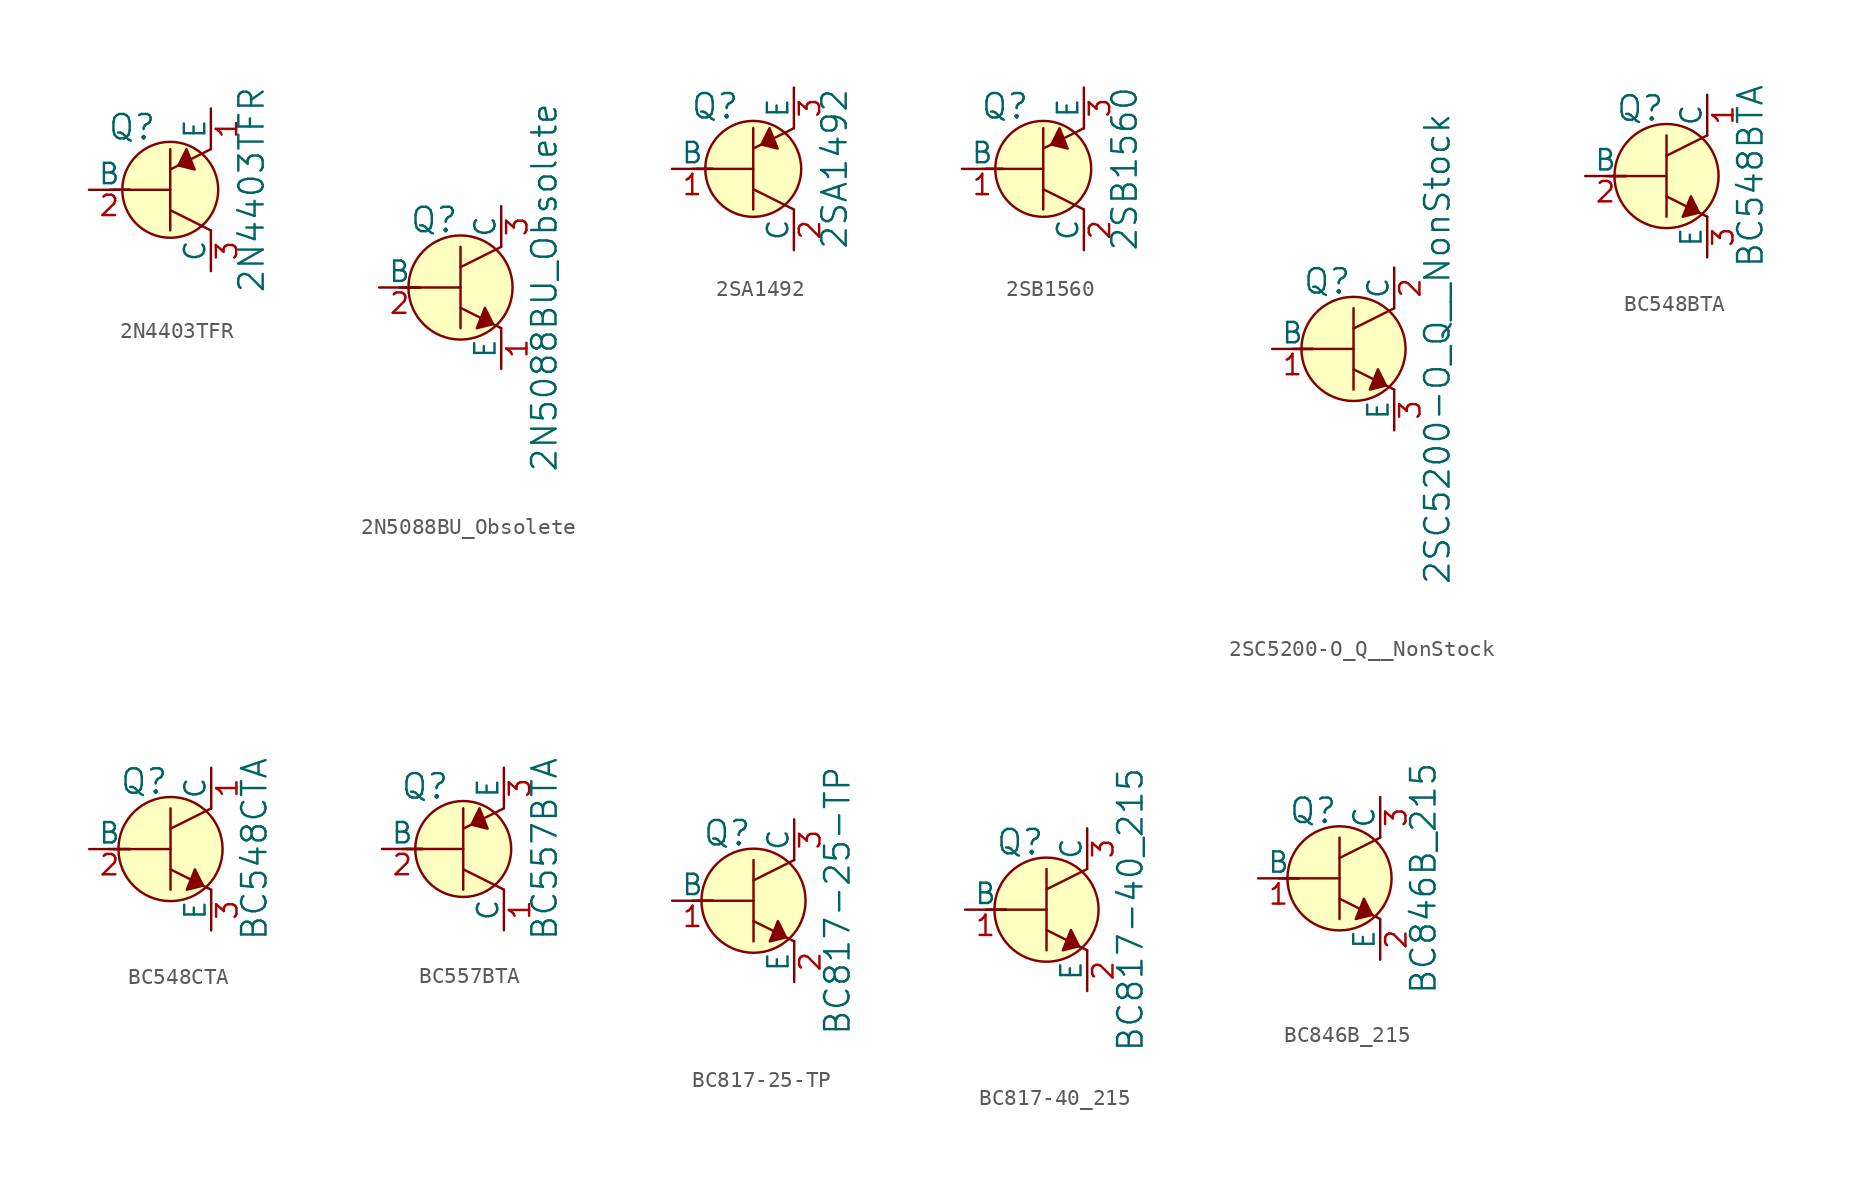
<source format=kicad_sym>
(kicad_symbol_lib
  (version 20220914)
  (generator kicad_symbol_editor)
  (symbol "2N4403TFR"
    (pin_names
      (offset 0))
    (property "Reference" "Q"
      (at -2.388 3.912 0)
      (effects (font (size 1.524 1.524))))
    (property "Value" "2N4403TFR"
      (at 5.08 0 90)
      (effects (font (size 1.524 1.524))))
    (symbol "2N4403TFR_0_1"
      (polyline (pts (xy -3.81 0) (xy -2.54 0)) (stroke (width 0) (type default)) (fill (type none)))
      (polyline (pts (xy -3.556 0) (xy 0 0)) (stroke (width 0) (type default)) (fill (type none)))
      (polyline (pts (xy 0 -1.27) (xy 2.54 -2.54)) (stroke (width 0) (type default)) (fill (type none)))
      (polyline (pts (xy 0 1.27) (xy 2.54 2.54)) (stroke (width 0) (type default)) (fill (type none)))
      (polyline (pts (xy 0 2.54) (xy 0 -2.54)) (stroke (width 0) (type default)) (fill (type none)))
      (polyline (pts (xy 1.016 2.54) (xy 0.508 1.524) (xy 1.524 1.27) (xy 1.016 2.54)) (stroke (width 0) (type default)) (fill (type outline)))
      (circle (center 0 0) (radius 2.997) (stroke (width 0) (type default)) (fill (type background))))
    (symbol "2N4403TFR_1_1"
      (pin passive line (at 2.54 5.08 270) (length 2.54) (name "E" (effects (font (size 1.27 1.27)))) (number "1" (effects (font (size 1.27 1.27)))))
      (pin input line (at -5.08 0 0) (length 2.54) (name "B" (effects (font (size 1.27 1.27)))) (number "2" (effects (font (size 1.27 1.27)))))
      (pin passive line (at 2.54 -5.08 90) (length 2.54) (name "C" (effects (font (size 1.27 1.27)))) (number "3" (effects (font (size 1.27 1.27)))))))
  (symbol "2N5088BU_Obsolete"
    (pin_names
      (offset 0))
    (property "Reference" "Q"
      (at -3.2 4.216 0)
      (effects (font (size 1.524 1.524)) (justify left)))
    (property "Value" "2N5088BU_Obsolete"
      (at 5.232 0 90)
      (effects (font (size 1.524 1.524))))
    (symbol "2N5088BU_Obsolete_0_1"
      (polyline (pts (xy -3.81 0) (xy -2.54 0)) (stroke (width 0) (type default)) (fill (type none)))
      (polyline (pts (xy -3.556 0) (xy 0 0)) (stroke (width 0) (type default)) (fill (type none)))
      (polyline (pts (xy 0 -1.27) (xy 2.54 -2.54)) (stroke (width 0) (type default)) (fill (type none)))
      (polyline (pts (xy 0 1.27) (xy 2.54 2.54)) (stroke (width 0) (type default)) (fill (type none)))
      (polyline (pts (xy 0 2.54) (xy 0 -2.54)) (stroke (width 0) (type default)) (fill (type none)))
      (polyline (pts (xy 1.524 -1.27) (xy 2.032 -2.286) (xy 1.016 -2.54) (xy 1.524 -1.27)) (stroke (width 0) (type default)) (fill (type outline)))
      (circle (center 0 0) (radius 3.251) (stroke (width 0) (type default)) (fill (type background))))
    (symbol "2N5088BU_Obsolete_1_1"
      (pin passive line (at 2.54 -5.08 90) (length 2.54) (name "E" (effects (font (size 1.27 1.27)))) (number "1" (effects (font (size 1.27 1.27)))))
      (pin input line (at -5.08 0 0) (length 2.54) (name "B" (effects (font (size 1.27 1.27)))) (number "2" (effects (font (size 1.27 1.27)))))
      (pin passive line (at 2.54 5.08 270) (length 2.54) (name "C" (effects (font (size 1.27 1.27)))) (number "3" (effects (font (size 1.27 1.27)))))))
  (symbol "2SA1492"
    (pin_names
      (offset 0))
    (property "Reference" "Q"
      (at -2.388 3.912 0)
      (effects (font (size 1.524 1.524))))
    (property "Value" "2SA1492"
      (at 5.08 0 90)
      (effects (font (size 1.524 1.524))))
    (symbol "2SA1492_0_1"
      (polyline (pts (xy -3.81 0) (xy -2.54 0)) (stroke (width 0) (type default)) (fill (type none)))
      (polyline (pts (xy -3.556 0) (xy 0 0)) (stroke (width 0) (type default)) (fill (type none)))
      (polyline (pts (xy 0 -1.27) (xy 2.54 -2.54)) (stroke (width 0) (type default)) (fill (type none)))
      (polyline (pts (xy 0 1.27) (xy 2.54 2.54)) (stroke (width 0) (type default)) (fill (type none)))
      (polyline (pts (xy 0 2.54) (xy 0 -2.54)) (stroke (width 0) (type default)) (fill (type none)))
      (polyline (pts (xy 1.016 2.54) (xy 0.508 1.524) (xy 1.524 1.27) (xy 1.016 2.54)) (stroke (width 0) (type default)) (fill (type outline)))
      (circle (center 0 0) (radius 2.997) (stroke (width 0) (type default)) (fill (type background))))
    (symbol "2SA1492_1_1"
      (pin input line (at -5.08 0 0) (length 2.54) (name "B" (effects (font (size 1.27 1.27)))) (number "1" (effects (font (size 1.27 1.27)))))
      (pin passive line (at 2.54 -5.08 90) (length 2.54) (name "C" (effects (font (size 1.27 1.27)))) (number "2" (effects (font (size 1.27 1.27)))))
      (pin passive line (at 2.54 5.08 270) (length 2.54) (name "E" (effects (font (size 1.27 1.27)))) (number "3" (effects (font (size 1.27 1.27)))))))
  (symbol "2SB1560"
    (pin_names
      (offset 0))
    (property "Reference" "Q"
      (at -2.388 3.912 0)
      (effects (font (size 1.524 1.524))))
    (property "Value" "2SB1560"
      (at 5.08 0 90)
      (effects (font (size 1.524 1.524))))
    (symbol "2SB1560_0_1"
      (polyline (pts (xy -3.81 0) (xy -2.54 0)) (stroke (width 0) (type default)) (fill (type none)))
      (polyline (pts (xy -3.556 0) (xy 0 0)) (stroke (width 0) (type default)) (fill (type none)))
      (polyline (pts (xy 0 -1.27) (xy 2.54 -2.54)) (stroke (width 0) (type default)) (fill (type none)))
      (polyline (pts (xy 0 1.27) (xy 2.54 2.54)) (stroke (width 0) (type default)) (fill (type none)))
      (polyline (pts (xy 0 2.54) (xy 0 -2.54)) (stroke (width 0) (type default)) (fill (type none)))
      (polyline (pts (xy 1.016 2.54) (xy 0.508 1.524) (xy 1.524 1.27) (xy 1.016 2.54)) (stroke (width 0) (type default)) (fill (type outline)))
      (circle (center 0 0) (radius 2.997) (stroke (width 0) (type default)) (fill (type background))))
    (symbol "2SB1560_1_1"
      (pin input line (at -5.08 0 0) (length 2.54) (name "B" (effects (font (size 1.27 1.27)))) (number "1" (effects (font (size 1.27 1.27)))))
      (pin passive line (at 2.54 -5.08 90) (length 2.54) (name "C" (effects (font (size 1.27 1.27)))) (number "2" (effects (font (size 1.27 1.27)))))
      (pin passive line (at 2.54 5.08 270) (length 2.54) (name "E" (effects (font (size 1.27 1.27)))) (number "3" (effects (font (size 1.27 1.27)))))))
  (symbol "2SC5200-O_Q__NonStock"
    (pin_names
      (offset 0))
    (property "Reference" "Q"
      (at -3.2 4.216 0)
      (effects (font (size 1.524 1.524)) (justify left)))
    (property "Value" "2SC5200-O_Q__NonStock"
      (at 5.232 0 90)
      (effects (font (size 1.524 1.524))))
    (symbol "2SC5200-O_Q__NonStock_0_1"
      (polyline (pts (xy -3.81 0) (xy -2.54 0)) (stroke (width 0) (type default)) (fill (type none)))
      (polyline (pts (xy -3.556 0) (xy 0 0)) (stroke (width 0) (type default)) (fill (type none)))
      (polyline (pts (xy 0 -1.27) (xy 2.54 -2.54)) (stroke (width 0) (type default)) (fill (type none)))
      (polyline (pts (xy 0 1.27) (xy 2.54 2.54)) (stroke (width 0) (type default)) (fill (type none)))
      (polyline (pts (xy 0 2.54) (xy 0 -2.54)) (stroke (width 0) (type default)) (fill (type none)))
      (polyline (pts (xy 1.524 -1.27) (xy 2.032 -2.286) (xy 1.016 -2.54) (xy 1.524 -1.27)) (stroke (width 0) (type default)) (fill (type outline)))
      (circle (center 0 0) (radius 3.251) (stroke (width 0) (type default)) (fill (type background))))
    (symbol "2SC5200-O_Q__NonStock_1_1"
      (pin input line (at -5.08 0 0) (length 2.54) (name "B" (effects (font (size 1.27 1.27)))) (number "1" (effects (font (size 1.27 1.27)))))
      (pin passive line (at 2.54 5.08 270) (length 2.54) (name "C" (effects (font (size 1.27 1.27)))) (number "2" (effects (font (size 1.27 1.27)))))
      (pin passive line (at 2.54 -5.08 90) (length 2.54) (name "E" (effects (font (size 1.27 1.27)))) (number "3" (effects (font (size 1.27 1.27)))))))
  (symbol "BC548BTA"
    (pin_names
      (offset 0))
    (property "Reference" "Q"
      (at -3.2 4.216 0)
      (effects (font (size 1.524 1.524)) (justify left)))
    (property "Value" "BC548BTA"
      (at 5.232 0 90)
      (effects (font (size 1.524 1.524))))
    (symbol "BC548BTA_0_1"
      (polyline (pts (xy -3.81 0) (xy -2.54 0)) (stroke (width 0) (type default)) (fill (type none)))
      (polyline (pts (xy -3.556 0) (xy 0 0)) (stroke (width 0) (type default)) (fill (type none)))
      (polyline (pts (xy 0 -1.27) (xy 2.54 -2.54)) (stroke (width 0) (type default)) (fill (type none)))
      (polyline (pts (xy 0 1.27) (xy 2.54 2.54)) (stroke (width 0) (type default)) (fill (type none)))
      (polyline (pts (xy 0 2.54) (xy 0 -2.54)) (stroke (width 0) (type default)) (fill (type none)))
      (polyline (pts (xy 1.524 -1.27) (xy 2.032 -2.286) (xy 1.016 -2.54) (xy 1.524 -1.27)) (stroke (width 0) (type default)) (fill (type outline)))
      (circle (center 0 0) (radius 3.251) (stroke (width 0) (type default)) (fill (type background))))
    (symbol "BC548BTA_1_1"
      (pin passive line (at 2.54 5.08 270) (length 2.54) (name "C" (effects (font (size 1.27 1.27)))) (number "1" (effects (font (size 1.27 1.27)))))
      (pin input line (at -5.08 0 0) (length 2.54) (name "B" (effects (font (size 1.27 1.27)))) (number "2" (effects (font (size 1.27 1.27)))))
      (pin passive line (at 2.54 -5.08 90) (length 2.54) (name "E" (effects (font (size 1.27 1.27)))) (number "3" (effects (font (size 1.27 1.27)))))))
  (symbol "BC548CTA"
    (pin_names
      (offset 0))
    (property "Reference" "Q"
      (at -3.2 4.216 0)
      (effects (font (size 1.524 1.524)) (justify left)))
    (property "Value" "BC548CTA"
      (at 5.232 0 90)
      (effects (font (size 1.524 1.524))))
    (symbol "BC548CTA_0_1"
      (polyline (pts (xy -3.81 0) (xy -2.54 0)) (stroke (width 0) (type default)) (fill (type none)))
      (polyline (pts (xy -3.556 0) (xy 0 0)) (stroke (width 0) (type default)) (fill (type none)))
      (polyline (pts (xy 0 -1.27) (xy 2.54 -2.54)) (stroke (width 0) (type default)) (fill (type none)))
      (polyline (pts (xy 0 1.27) (xy 2.54 2.54)) (stroke (width 0) (type default)) (fill (type none)))
      (polyline (pts (xy 0 2.54) (xy 0 -2.54)) (stroke (width 0) (type default)) (fill (type none)))
      (polyline (pts (xy 1.524 -1.27) (xy 2.032 -2.286) (xy 1.016 -2.54) (xy 1.524 -1.27)) (stroke (width 0) (type default)) (fill (type outline)))
      (circle (center 0 0) (radius 3.251) (stroke (width 0) (type default)) (fill (type background))))
    (symbol "BC548CTA_1_1"
      (pin passive line (at 2.54 5.08 270) (length 2.54) (name "C" (effects (font (size 1.27 1.27)))) (number "1" (effects (font (size 1.27 1.27)))))
      (pin input line (at -5.08 0 0) (length 2.54) (name "B" (effects (font (size 1.27 1.27)))) (number "2" (effects (font (size 1.27 1.27)))))
      (pin passive line (at 2.54 -5.08 90) (length 2.54) (name "E" (effects (font (size 1.27 1.27)))) (number "3" (effects (font (size 1.27 1.27)))))))
  (symbol "BC557BTA"
    (pin_names
      (offset 0))
    (property "Reference" "Q"
      (at -2.388 3.912 0)
      (effects (font (size 1.524 1.524))))
    (property "Value" "BC557BTA"
      (at 5.08 0 90)
      (effects (font (size 1.524 1.524))))
    (symbol "BC557BTA_0_1"
      (polyline (pts (xy -3.81 0) (xy -2.54 0)) (stroke (width 0) (type default)) (fill (type none)))
      (polyline (pts (xy -3.556 0) (xy 0 0)) (stroke (width 0) (type default)) (fill (type none)))
      (polyline (pts (xy 0 -1.27) (xy 2.54 -2.54)) (stroke (width 0) (type default)) (fill (type none)))
      (polyline (pts (xy 0 1.27) (xy 2.54 2.54)) (stroke (width 0) (type default)) (fill (type none)))
      (polyline (pts (xy 0 2.54) (xy 0 -2.54)) (stroke (width 0) (type default)) (fill (type none)))
      (polyline (pts (xy 1.016 2.54) (xy 0.508 1.524) (xy 1.524 1.27) (xy 1.016 2.54)) (stroke (width 0) (type default)) (fill (type outline)))
      (circle (center 0 0) (radius 2.997) (stroke (width 0) (type default)) (fill (type background))))
    (symbol "BC557BTA_1_1"
      (pin passive line (at 2.54 -5.08 90) (length 2.54) (name "C" (effects (font (size 1.27 1.27)))) (number "1" (effects (font (size 1.27 1.27)))))
      (pin input line (at -5.08 0 0) (length 2.54) (name "B" (effects (font (size 1.27 1.27)))) (number "2" (effects (font (size 1.27 1.27)))))
      (pin passive line (at 2.54 5.08 270) (length 2.54) (name "E" (effects (font (size 1.27 1.27)))) (number "3" (effects (font (size 1.27 1.27)))))))
  (symbol "BC817-25-TP"
    (pin_names
      (offset 0))
    (property "Reference" "Q"
      (at -3.2 4.216 0)
      (effects (font (size 1.524 1.524)) (justify left)))
    (property "Value" "BC817-25-TP"
      (at 5.232 0 90)
      (effects (font (size 1.524 1.524))))
    (symbol "BC817-25-TP_0_1"
      (polyline (pts (xy -3.81 0) (xy -2.54 0)) (stroke (width 0) (type default)) (fill (type none)))
      (polyline (pts (xy -3.556 0) (xy 0 0)) (stroke (width 0) (type default)) (fill (type none)))
      (polyline (pts (xy 0 -1.27) (xy 2.54 -2.54)) (stroke (width 0) (type default)) (fill (type none)))
      (polyline (pts (xy 0 1.27) (xy 2.54 2.54)) (stroke (width 0) (type default)) (fill (type none)))
      (polyline (pts (xy 0 2.54) (xy 0 -2.54)) (stroke (width 0) (type default)) (fill (type none)))
      (polyline (pts (xy 1.524 -1.27) (xy 2.032 -2.286) (xy 1.016 -2.54) (xy 1.524 -1.27)) (stroke (width 0) (type default)) (fill (type outline)))
      (circle (center 0 0) (radius 3.251) (stroke (width 0) (type default)) (fill (type background))))
    (symbol "BC817-25-TP_1_1"
      (pin input line (at -5.08 0 0) (length 2.54) (name "B" (effects (font (size 1.27 1.27)))) (number "1" (effects (font (size 1.27 1.27)))))
      (pin passive line (at 2.54 -5.08 90) (length 2.54) (name "E" (effects (font (size 1.27 1.27)))) (number "2" (effects (font (size 1.27 1.27)))))
      (pin passive line (at 2.54 5.08 270) (length 2.54) (name "C" (effects (font (size 1.27 1.27)))) (number "3" (effects (font (size 1.27 1.27)))))))
  (symbol "BC817-40_215"
    (pin_names
      (offset 0))
    (property "Reference" "Q"
      (at -3.2 4.216 0)
      (effects (font (size 1.524 1.524)) (justify left)))
    (property "Value" "BC817-40_215"
      (at 5.232 0 90)
      (effects (font (size 1.524 1.524))))
    (symbol "BC817-40_215_0_1"
      (polyline (pts (xy -3.81 0) (xy -2.54 0)) (stroke (width 0) (type default)) (fill (type none)))
      (polyline (pts (xy -3.556 0) (xy 0 0)) (stroke (width 0) (type default)) (fill (type none)))
      (polyline (pts (xy 0 -1.27) (xy 2.54 -2.54)) (stroke (width 0) (type default)) (fill (type none)))
      (polyline (pts (xy 0 1.27) (xy 2.54 2.54)) (stroke (width 0) (type default)) (fill (type none)))
      (polyline (pts (xy 0 2.54) (xy 0 -2.54)) (stroke (width 0) (type default)) (fill (type none)))
      (polyline (pts (xy 1.524 -1.27) (xy 2.032 -2.286) (xy 1.016 -2.54) (xy 1.524 -1.27)) (stroke (width 0) (type default)) (fill (type outline)))
      (circle (center 0 0) (radius 3.251) (stroke (width 0) (type default)) (fill (type background))))
    (symbol "BC817-40_215_1_1"
      (pin input line (at -5.08 0 0) (length 2.54) (name "B" (effects (font (size 1.27 1.27)))) (number "1" (effects (font (size 1.27 1.27)))))
      (pin passive line (at 2.54 -5.08 90) (length 2.54) (name "E" (effects (font (size 1.27 1.27)))) (number "2" (effects (font (size 1.27 1.27)))))
      (pin passive line (at 2.54 5.08 270) (length 2.54) (name "C" (effects (font (size 1.27 1.27)))) (number "3" (effects (font (size 1.27 1.27)))))))
  (symbol "BC846B_215"
    (pin_names
      (offset 0))
    (property "Reference" "Q"
      (at -3.2 4.216 0)
      (effects (font (size 1.524 1.524)) (justify left)))
    (property "Value" "BC846B_215"
      (at 5.232 0 90)
      (effects (font (size 1.524 1.524))))
    (symbol "BC846B_215_0_1"
      (polyline (pts (xy -3.81 0) (xy -2.54 0)) (stroke (width 0) (type default)) (fill (type none)))
      (polyline (pts (xy -3.556 0) (xy 0 0)) (stroke (width 0) (type default)) (fill (type none)))
      (polyline (pts (xy 0 -1.27) (xy 2.54 -2.54)) (stroke (width 0) (type default)) (fill (type none)))
      (polyline (pts (xy 0 1.27) (xy 2.54 2.54)) (stroke (width 0) (type default)) (fill (type none)))
      (polyline (pts (xy 0 2.54) (xy 0 -2.54)) (stroke (width 0) (type default)) (fill (type none)))
      (polyline (pts (xy 1.524 -1.27) (xy 2.032 -2.286) (xy 1.016 -2.54) (xy 1.524 -1.27)) (stroke (width 0) (type default)) (fill (type outline)))
      (circle (center 0 0) (radius 3.251) (stroke (width 0) (type default)) (fill (type background))))
    (symbol "BC846B_215_1_1"
      (pin input line (at -5.08 0 0) (length 2.54) (name "B" (effects (font (size 1.27 1.27)))) (number "1" (effects (font (size 1.27 1.27)))))
      (pin passive line (at 2.54 -5.08 90) (length 2.54) (name "E" (effects (font (size 1.27 1.27)))) (number "2" (effects (font (size 1.27 1.27)))))
      (pin passive line (at 2.54 5.08 270) (length 2.54) (name "C" (effects (font (size 1.27 1.27)))) (number "3" (effects (font (size 1.27 1.27))))))))
</source>
